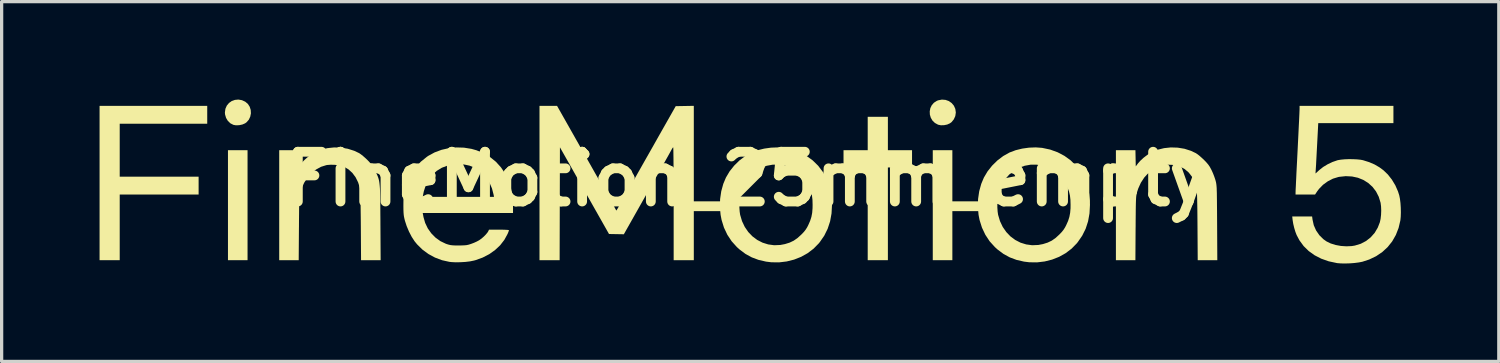
<source format=kicad_pcb>
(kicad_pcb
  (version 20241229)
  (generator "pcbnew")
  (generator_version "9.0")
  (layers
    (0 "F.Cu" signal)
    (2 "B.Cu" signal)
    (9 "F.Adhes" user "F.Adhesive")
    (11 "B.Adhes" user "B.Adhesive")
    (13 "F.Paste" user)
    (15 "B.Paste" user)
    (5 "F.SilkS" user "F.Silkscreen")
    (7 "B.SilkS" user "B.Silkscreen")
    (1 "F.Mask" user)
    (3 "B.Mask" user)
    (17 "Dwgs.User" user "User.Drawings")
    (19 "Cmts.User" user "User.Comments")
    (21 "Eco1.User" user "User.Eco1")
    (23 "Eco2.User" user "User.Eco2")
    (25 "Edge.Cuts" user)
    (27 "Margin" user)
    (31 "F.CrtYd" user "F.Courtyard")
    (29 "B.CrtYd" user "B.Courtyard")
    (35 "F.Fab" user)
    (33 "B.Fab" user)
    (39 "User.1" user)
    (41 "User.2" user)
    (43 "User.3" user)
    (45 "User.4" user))
  (footprint "FineMotion_25mm_empty"
    (layer "F.Cu")
    (at 19.826 2.433)
    (property "Reference" "FineMotion_25mm_empty" (at 0 0 0) (layer "F.SilkS") (effects (font (size 1.524 1.524) (thickness 0.3))))
    (attr board_only exclude_from_pos_files exclude_from_bom)
    (fp_poly (pts (xy -15.293 2.487) (xy -15.893 2.487) (xy -15.893 -0.882) (xy -15.293 -0.882)) (stroke (width 0) (type solid)) (fill yes) (layer "F.SilkS"))
    (fp_poly (pts (xy 6.297 2.487) (xy 5.697 2.487) (xy 5.697 -0.882) (xy 6.297 -0.882)) (stroke (width 0) (type solid)) (fill yes) (layer "F.SilkS"))
    (fp_poly (pts (xy -16.528 -1.693) (xy -19.209 -1.693) (xy -19.209 -0.071) (xy -16.792 -0.071) (xy -16.792 0.476) (xy -19.209 0.476) (xy -19.209 2.487) (xy -19.826 2.487) (xy -19.826 -2.24) (xy -16.528 -2.24)) (stroke (width 0) (type solid)) (fill yes) (layer "F.SilkS"))
    (fp_poly (pts (xy 4.322 -0.882) (xy 5.062 -0.882) (xy 5.062 -0.353) (xy 4.322 -0.353) (xy 4.322 2.487) (xy 3.704 2.487) (xy 3.704 -0.353) (xy 2.963 -0.353) (xy 2.963 -0.882) (xy 3.704 -0.882) (xy 3.704 -1.905) (xy 4.322 -1.905)) (stroke (width 0) (type solid)) (fill yes) (layer "F.SilkS"))
    (fp_poly (pts (xy -15.464 -2.414) (xy -15.364 -2.368) (xy -15.283 -2.3) (xy -15.227 -2.213) (xy -15.196 -2.115) (xy -15.19 -2.012) (xy -15.21 -1.91) (xy -15.254 -1.816) (xy -15.324 -1.737) (xy -15.368 -1.705) (xy -15.451 -1.669) (xy -15.551 -1.648) (xy -15.651 -1.645) (xy -15.725 -1.658) (xy -15.818 -1.705) (xy -15.895 -1.778) (xy -15.951 -1.871) (xy -15.982 -1.977) (xy -15.987 -2.037) (xy -15.971 -2.151) (xy -15.928 -2.249) (xy -15.861 -2.329) (xy -15.777 -2.388) (xy -15.679 -2.423) (xy -15.573 -2.433)) (stroke (width 0) (type solid)) (fill yes) (layer "F.SilkS"))
    (fp_poly (pts (xy 6.088 -2.423) (xy 6.189 -2.387) (xy 6.276 -2.326) (xy 6.344 -2.245) (xy 6.388 -2.146) (xy 6.403 -2.037) (xy 6.387 -1.927) (xy 6.341 -1.826) (xy 6.272 -1.742) (xy 6.222 -1.705) (xy 6.139 -1.668) (xy 6.041 -1.648) (xy 5.943 -1.646) (xy 5.86 -1.663) (xy 5.762 -1.717) (xy 5.687 -1.79) (xy 5.636 -1.878) (xy 5.608 -1.974) (xy 5.604 -2.073) (xy 5.623 -2.171) (xy 5.666 -2.26) (xy 5.732 -2.336) (xy 5.822 -2.394) (xy 5.862 -2.41) (xy 5.977 -2.432)) (stroke (width 0) (type solid)) (fill yes) (layer "F.SilkS"))
    (fp_poly (pts (xy -1.623 2.487) (xy -2.24 2.487) (xy -2.24 0.758) (xy -2.24 0.515) (xy -2.241 0.281) (xy -2.241 0.061) (xy -2.242 -0.145) (xy -2.243 -0.334) (xy -2.245 -0.502) (xy -2.246 -0.649) (xy -2.248 -0.771) (xy -2.249 -0.866) (xy -2.251 -0.932) (xy -2.253 -0.966) (xy -2.254 -0.97) (xy -2.27 -0.956) (xy -2.293 -0.92) (xy -2.303 -0.902) (xy -2.317 -0.876) (xy -2.347 -0.822) (xy -2.391 -0.742) (xy -2.449 -0.639) (xy -2.519 -0.514) (xy -2.599 -0.372) (xy -2.688 -0.213) (xy -2.786 -0.04) (xy -2.889 0.143) (xy -2.998 0.336) (xy -3.052 0.43) (xy -3.766 1.693) (xy -3.994 1.689) (xy -4.221 1.685) (xy -5.724 -0.971) (xy -5.733 2.487) (xy -6.35 2.487) (xy -6.35 -2.24) (xy -5.812 -2.24) (xy -5.38 -1.477) (xy -5.192 -1.145) (xy -5.021 -0.842) (xy -4.865 -0.567) (xy -4.725 -0.319) (xy -4.6 -0.098) (xy -4.488 0.099) (xy -4.39 0.272) (xy -4.305 0.423) (xy -4.231 0.552) (xy -4.169 0.662) (xy -4.118 0.752) (xy -4.076 0.825) (xy -4.044 0.882) (xy -4.021 0.923) (xy -4.005 0.95) (xy -3.997 0.964) (xy -3.995 0.967) (xy -3.986 0.953) (xy -3.961 0.912) (xy -3.922 0.846) (xy -3.872 0.758) (xy -3.811 0.653) (xy -3.742 0.532) (xy -3.667 0.399) (xy -3.618 0.314) (xy -3.537 0.17) (xy -3.441 0.001) (xy -3.335 -0.187) (xy -3.221 -0.389) (xy -3.102 -0.599) (xy -2.982 -0.81) (xy -2.864 -1.018) (xy -2.752 -1.217) (xy -2.712 -1.288) (xy -2.177 -2.231) (xy -1.9 -2.236) (xy -1.623 -2.241)) (stroke (width 0) (type solid)) (fill yes) (layer "F.SilkS"))
    (fp_poly (pts (xy -12.429 -0.96) (xy -12.222 -0.926) (xy -12.024 -0.863) (xy -11.874 -0.792) (xy -11.82 -0.755) (xy -11.752 -0.701) (xy -11.679 -0.637) (xy -11.623 -0.584) (xy -11.549 -0.506) (xy -11.493 -0.439) (xy -11.448 -0.372) (xy -11.405 -0.293) (xy -11.39 -0.265) (xy -11.36 -0.203) (xy -11.334 -0.148) (xy -11.311 -0.097) (xy -11.292 -0.047) (xy -11.276 0.005) (xy -11.263 0.061) (xy -11.253 0.126) (xy -11.245 0.202) (xy -11.238 0.291) (xy -11.234 0.397) (xy -11.23 0.523) (xy -11.228 0.672) (xy -11.226 0.846) (xy -11.225 1.05) (xy -11.223 1.285) (xy -11.223 1.336) (xy -11.216 2.487) (xy -11.816 2.487) (xy -11.823 1.424) (xy -11.825 1.185) (xy -11.828 0.97) (xy -11.83 0.781) (xy -11.834 0.62) (xy -11.837 0.488) (xy -11.841 0.386) (xy -11.845 0.317) (xy -11.849 0.282) (xy -11.906 0.103) (xy -11.984 -0.054) (xy -12.083 -0.187) (xy -12.199 -0.293) (xy -12.331 -0.37) (xy -12.405 -0.398) (xy -12.507 -0.421) (xy -12.626 -0.434) (xy -12.746 -0.437) (xy -12.853 -0.429) (xy -12.881 -0.424) (xy -13.043 -0.373) (xy -13.194 -0.29) (xy -13.332 -0.18) (xy -13.455 -0.044) (xy -13.558 0.114) (xy -13.638 0.291) (xy -13.674 0.401) (xy -13.682 0.432) (xy -13.689 0.462) (xy -13.695 0.496) (xy -13.7 0.536) (xy -13.704 0.585) (xy -13.707 0.647) (xy -13.71 0.724) (xy -13.712 0.82) (xy -13.714 0.938) (xy -13.715 1.081) (xy -13.717 1.252) (xy -13.718 1.454) (xy -13.719 1.513) (xy -13.726 2.487) (xy -14.323 2.487) (xy -14.323 -0.882) (xy -13.724 -0.882) (xy -13.719 -0.634) (xy -13.714 -0.386) (xy -13.648 -0.475) (xy -13.572 -0.561) (xy -13.474 -0.651) (xy -13.364 -0.736) (xy -13.252 -0.806) (xy -13.231 -0.818) (xy -13.047 -0.896) (xy -12.847 -0.945) (xy -12.639 -0.967)) (stroke (width 0) (type solid)) (fill yes) (layer "F.SilkS"))
    (fp_poly (pts (xy 13.201 -0.96) (xy 13.408 -0.926) (xy 13.605 -0.863) (xy 13.755 -0.792) (xy 13.809 -0.756) (xy 13.877 -0.702) (xy 13.95 -0.637) (xy 14.008 -0.582) (xy 14.082 -0.505) (xy 14.137 -0.44) (xy 14.181 -0.376) (xy 14.222 -0.301) (xy 14.241 -0.263) (xy 14.282 -0.172) (xy 14.321 -0.071) (xy 14.352 0.022) (xy 14.361 0.053) (xy 14.369 0.084) (xy 14.376 0.114) (xy 14.381 0.146) (xy 14.386 0.183) (xy 14.39 0.227) (xy 14.394 0.283) (xy 14.396 0.351) (xy 14.399 0.436) (xy 14.4 0.54) (xy 14.402 0.667) (xy 14.403 0.818) (xy 14.405 0.997) (xy 14.406 1.207) (xy 14.407 1.345) (xy 14.413 2.487) (xy 13.813 2.487) (xy 13.806 1.424) (xy 13.804 1.185) (xy 13.802 0.97) (xy 13.799 0.781) (xy 13.796 0.62) (xy 13.792 0.488) (xy 13.788 0.386) (xy 13.784 0.317) (xy 13.78 0.282) (xy 13.721 0.096) (xy 13.641 -0.064) (xy 13.538 -0.197) (xy 13.415 -0.303) (xy 13.271 -0.38) (xy 13.249 -0.389) (xy 13.15 -0.416) (xy 13.032 -0.433) (xy 12.909 -0.438) (xy 12.795 -0.432) (xy 12.748 -0.424) (xy 12.587 -0.373) (xy 12.435 -0.29) (xy 12.297 -0.179) (xy 12.174 -0.043) (xy 12.071 0.115) (xy 11.991 0.292) (xy 11.955 0.401) (xy 11.947 0.432) (xy 11.94 0.462) (xy 11.934 0.496) (xy 11.929 0.536) (xy 11.925 0.585) (xy 11.922 0.647) (xy 11.919 0.724) (xy 11.917 0.82) (xy 11.915 0.938) (xy 11.914 1.081) (xy 11.912 1.252) (xy 11.911 1.454) (xy 11.91 1.513) (xy 11.904 2.487) (xy 11.307 2.487) (xy 11.307 -0.882) (xy 11.905 -0.882) (xy 11.91 -0.634) (xy 11.915 -0.386) (xy 11.981 -0.475) (xy 12.057 -0.561) (xy 12.155 -0.651) (xy 12.266 -0.736) (xy 12.377 -0.806) (xy 12.398 -0.818) (xy 12.583 -0.896) (xy 12.782 -0.945) (xy 12.99 -0.967)) (stroke (width 0) (type solid)) (fill yes) (layer "F.SilkS"))
    (fp_poly (pts (xy 1.142 -0.954) (xy 1.147 -0.953) (xy 1.391 -0.901) (xy 1.619 -0.819) (xy 1.828 -0.708) (xy 2.017 -0.571) (xy 2.184 -0.408) (xy 2.327 -0.221) (xy 2.443 -0.011) (xy 2.49 0.097) (xy 2.548 0.275) (xy 2.587 0.456) (xy 2.606 0.65) (xy 2.61 0.794) (xy 2.596 1.055) (xy 2.552 1.298) (xy 2.477 1.525) (xy 2.373 1.736) (xy 2.237 1.933) (xy 2.204 1.973) (xy 2.046 2.134) (xy 1.865 2.272) (xy 1.665 2.384) (xy 1.45 2.469) (xy 1.223 2.526) (xy 0.989 2.554) (xy 0.751 2.551) (xy 0.59 2.531) (xy 0.36 2.478) (xy 0.152 2.4) (xy -0.039 2.296) (xy -0.217 2.163) (xy -0.304 2.085) (xy -0.464 1.907) (xy -0.596 1.708) (xy -0.699 1.49) (xy -0.772 1.255) (xy -0.803 1.094) (xy -0.825 0.853) (xy -0.821 0.735) (xy -0.227 0.735) (xy -0.227 0.871) (xy -0.218 1) (xy -0.204 1.096) (xy -0.146 1.291) (xy -0.062 1.468) (xy 0.045 1.624) (xy 0.174 1.758) (xy 0.32 1.867) (xy 0.482 1.95) (xy 0.655 2.004) (xy 0.838 2.029) (xy 1.027 2.021) (xy 1.168 1.994) (xy 1.313 1.949) (xy 1.438 1.889) (xy 1.554 1.808) (xy 1.669 1.704) (xy 1.745 1.625) (xy 1.801 1.555) (xy 1.847 1.483) (xy 1.884 1.411) (xy 1.94 1.283) (xy 1.979 1.162) (xy 2.003 1.038) (xy 2.014 0.899) (xy 2.016 0.794) (xy 2.012 0.638) (xy 1.996 0.506) (xy 1.968 0.384) (xy 1.923 0.262) (xy 1.884 0.176) (xy 1.841 0.095) (xy 1.796 0.026) (xy 1.739 -0.043) (xy 1.669 -0.115) (xy 1.548 -0.224) (xy 1.43 -0.305) (xy 1.303 -0.365) (xy 1.171 -0.406) (xy 0.978 -0.439) (xy 0.79 -0.438) (xy 0.609 -0.405) (xy 0.438 -0.343) (xy 0.28 -0.253) (xy 0.138 -0.137) (xy 0.015 0.003) (xy -0.086 0.165) (xy -0.163 0.348) (xy -0.203 0.494) (xy -0.219 0.605) (xy -0.227 0.735) (xy -0.821 0.735) (xy -0.817 0.611) (xy -0.782 0.374) (xy -0.72 0.149) (xy -0.639 -0.044) (xy -0.527 -0.233) (xy -0.387 -0.409) (xy -0.225 -0.568) (xy -0.047 -0.703) (xy 0.142 -0.809) (xy 0.156 -0.815) (xy 0.335 -0.882) (xy 0.534 -0.931) (xy 0.743 -0.96) (xy 0.949 -0.968)) (stroke (width 0) (type solid)) (fill yes) (layer "F.SilkS"))
    (fp_poly (pts (xy 9.044 -0.954) (xy 9.05 -0.953) (xy 9.294 -0.901) (xy 9.521 -0.819) (xy 9.731 -0.708) (xy 9.92 -0.571) (xy 10.086 -0.408) (xy 10.229 -0.221) (xy 10.345 -0.011) (xy 10.392 0.097) (xy 10.451 0.275) (xy 10.489 0.456) (xy 10.509 0.65) (xy 10.512 0.794) (xy 10.498 1.055) (xy 10.454 1.298) (xy 10.38 1.525) (xy 10.275 1.736) (xy 10.139 1.933) (xy 10.107 1.973) (xy 9.949 2.134) (xy 9.768 2.272) (xy 9.568 2.384) (xy 9.352 2.469) (xy 9.125 2.526) (xy 8.891 2.554) (xy 8.653 2.551) (xy 8.492 2.531) (xy 8.262 2.478) (xy 8.054 2.4) (xy 7.864 2.296) (xy 7.685 2.163) (xy 7.599 2.085) (xy 7.438 1.907) (xy 7.307 1.708) (xy 7.204 1.49) (xy 7.13 1.255) (xy 7.099 1.094) (xy 7.078 0.853) (xy 7.081 0.735) (xy 7.675 0.735) (xy 7.675 0.871) (xy 7.684 1) (xy 7.698 1.096) (xy 7.756 1.291) (xy 7.84 1.468) (xy 7.948 1.624) (xy 8.076 1.758) (xy 8.223 1.867) (xy 8.384 1.95) (xy 8.558 2.004) (xy 8.74 2.029) (xy 8.93 2.021) (xy 9.071 1.994) (xy 9.215 1.949) (xy 9.341 1.889) (xy 9.457 1.808) (xy 9.571 1.704) (xy 9.647 1.625) (xy 9.703 1.555) (xy 9.749 1.483) (xy 9.786 1.411) (xy 9.843 1.283) (xy 9.881 1.162) (xy 9.905 1.038) (xy 9.917 0.899) (xy 9.918 0.794) (xy 9.914 0.638) (xy 9.899 0.506) (xy 9.87 0.384) (xy 9.825 0.262) (xy 9.786 0.176) (xy 9.744 0.095) (xy 9.698 0.026) (xy 9.641 -0.043) (xy 9.571 -0.115) (xy 9.45 -0.224) (xy 9.332 -0.305) (xy 9.206 -0.365) (xy 9.074 -0.406) (xy 8.88 -0.439) (xy 8.692 -0.438) (xy 8.511 -0.405) (xy 8.34 -0.343) (xy 8.182 -0.253) (xy 8.041 -0.137) (xy 7.917 0.003) (xy 7.816 0.165) (xy 7.739 0.348) (xy 7.699 0.494) (xy 7.683 0.605) (xy 7.675 0.735) (xy 7.081 0.735) (xy 7.085 0.611) (xy 7.12 0.374) (xy 7.182 0.149) (xy 7.263 -0.044) (xy 7.375 -0.233) (xy 7.515 -0.409) (xy 7.677 -0.568) (xy 7.855 -0.703) (xy 8.044 -0.809) (xy 8.058 -0.815) (xy 8.237 -0.882) (xy 8.437 -0.931) (xy 8.645 -0.96) (xy 8.851 -0.968)) (stroke (width 0) (type solid)) (fill yes) (layer "F.SilkS"))
    (fp_poly (pts (xy -8.664 -0.96) (xy -8.434 -0.923) (xy -8.281 -0.88) (xy -8.061 -0.789) (xy -7.862 -0.67) (xy -7.685 -0.527) (xy -7.532 -0.359) (xy -7.404 -0.169) (xy -7.302 0.041) (xy -7.226 0.269) (xy -7.179 0.515) (xy -7.162 0.776) (xy -7.161 0.801) (xy -7.161 1.041) (xy -9.927 1.041) (xy -9.903 1.169) (xy -9.852 1.346) (xy -9.772 1.513) (xy -9.665 1.664) (xy -9.535 1.796) (xy -9.387 1.903) (xy -9.223 1.982) (xy -9.187 1.995) (xy -9.127 2.013) (xy -9.072 2.025) (xy -9.011 2.032) (xy -8.936 2.036) (xy -8.837 2.036) (xy -8.819 2.036) (xy -8.717 2.035) (xy -8.641 2.031) (xy -8.58 2.025) (xy -8.525 2.013) (xy -8.467 1.995) (xy -8.44 1.986) (xy -8.358 1.955) (xy -8.274 1.917) (xy -8.205 1.88) (xy -8.201 1.878) (xy -8.13 1.828) (xy -8.057 1.765) (xy -7.991 1.698) (xy -7.94 1.635) (xy -7.917 1.597) (xy -7.897 1.552) (xy -7.591 1.552) (xy -7.477 1.553) (xy -7.387 1.556) (xy -7.323 1.56) (xy -7.289 1.566) (xy -7.285 1.569) (xy -7.292 1.594) (xy -7.309 1.639) (xy -7.328 1.684) (xy -7.427 1.865) (xy -7.555 2.03) (xy -7.711 2.176) (xy -7.89 2.303) (xy -8.091 2.407) (xy -8.31 2.486) (xy -8.359 2.499) (xy -8.476 2.523) (xy -8.616 2.54) (xy -8.766 2.549) (xy -8.914 2.552) (xy -9.048 2.545) (xy -9.11 2.538) (xy -9.335 2.488) (xy -9.551 2.407) (xy -9.754 2.297) (xy -9.938 2.161) (xy -10.1 2.001) (xy -10.176 1.908) (xy -10.265 1.771) (xy -10.348 1.611) (xy -10.419 1.442) (xy -10.472 1.279) (xy -10.489 1.21) (xy -10.502 1.149) (xy -10.51 1.089) (xy -10.515 1.021) (xy -10.518 0.937) (xy -10.519 0.828) (xy -10.519 0.794) (xy -10.518 0.677) (xy -10.516 0.587) (xy -10.514 0.547) (xy -9.927 0.547) (xy -7.744 0.547) (xy -7.754 0.489) (xy -7.805 0.291) (xy -7.882 0.11) (xy -7.986 -0.052) (xy -8.113 -0.19) (xy -8.229 -0.28) (xy -8.361 -0.357) (xy -8.496 -0.41) (xy -8.644 -0.441) (xy -8.775 -0.453) (xy -8.979 -0.448) (xy -9.168 -0.41) (xy -9.342 -0.344) (xy -9.497 -0.249) (xy -9.632 -0.128) (xy -9.745 0.018) (xy -9.832 0.187) (xy -9.893 0.377) (xy -9.904 0.428) (xy -9.927 0.547) (xy -10.514 0.547) (xy -10.512 0.515) (xy -10.504 0.454) (xy -10.493 0.394) (xy -10.477 0.328) (xy -10.472 0.309) (xy -10.39 0.066) (xy -10.282 -0.155) (xy -10.147 -0.354) (xy -9.986 -0.529) (xy -9.799 -0.68) (xy -9.758 -0.708) (xy -9.564 -0.814) (xy -9.352 -0.893) (xy -9.128 -0.944) (xy -8.897 -0.967)) (stroke (width 0) (type solid)) (fill yes) (layer "F.SilkS"))
    (fp_poly (pts (xy 19.808 -1.711) (xy 17.505 -1.711) (xy 17.474 -1.116) (xy 17.466 -0.965) (xy 17.458 -0.817) (xy 17.451 -0.678) (xy 17.444 -0.554) (xy 17.439 -0.45) (xy 17.434 -0.372) (xy 17.432 -0.344) (xy 17.421 -0.168) (xy 17.541 -0.277) (xy 17.656 -0.368) (xy 17.795 -0.452) (xy 17.944 -0.522) (xy 18.089 -0.572) (xy 18.106 -0.577) (xy 18.197 -0.592) (xy 18.311 -0.603) (xy 18.438 -0.608) (xy 18.569 -0.607) (xy 18.693 -0.601) (xy 18.801 -0.59) (xy 18.874 -0.576) (xy 19.065 -0.516) (xy 19.23 -0.445) (xy 19.379 -0.358) (xy 19.499 -0.27) (xy 19.636 -0.139) (xy 19.76 0.018) (xy 19.866 0.194) (xy 19.948 0.381) (xy 19.987 0.503) (xy 20.008 0.609) (xy 20.024 0.738) (xy 20.033 0.88) (xy 20.036 1.023) (xy 20.032 1.156) (xy 20.021 1.266) (xy 19.966 1.5) (xy 19.882 1.715) (xy 19.77 1.911) (xy 19.631 2.086) (xy 19.467 2.237) (xy 19.278 2.365) (xy 19.067 2.466) (xy 18.856 2.535) (xy 18.748 2.556) (xy 18.617 2.573) (xy 18.475 2.584) (xy 18.331 2.588) (xy 18.197 2.586) (xy 18.085 2.577) (xy 18.071 2.574) (xy 17.824 2.521) (xy 17.597 2.441) (xy 17.393 2.336) (xy 17.213 2.207) (xy 17.058 2.055) (xy 16.929 1.879) (xy 16.843 1.717) (xy 16.805 1.619) (xy 16.769 1.499) (xy 16.739 1.374) (xy 16.72 1.257) (xy 16.717 1.23) (xy 16.708 1.147) (xy 17.317 1.147) (xy 17.33 1.245) (xy 17.368 1.417) (xy 17.439 1.577) (xy 17.538 1.721) (xy 17.662 1.844) (xy 17.758 1.912) (xy 17.885 1.974) (xy 18.035 2.021) (xy 18.199 2.051) (xy 18.367 2.062) (xy 18.531 2.055) (xy 18.627 2.039) (xy 18.808 1.984) (xy 18.97 1.899) (xy 19.113 1.786) (xy 19.234 1.649) (xy 19.329 1.488) (xy 19.393 1.323) (xy 19.415 1.221) (xy 19.429 1.097) (xy 19.434 0.966) (xy 19.429 0.839) (xy 19.415 0.731) (xy 19.414 0.726) (xy 19.358 0.544) (xy 19.275 0.382) (xy 19.167 0.241) (xy 19.037 0.123) (xy 18.887 0.029) (xy 18.721 -0.038) (xy 18.54 -0.077) (xy 18.348 -0.087) (xy 18.148 -0.066) (xy 18.119 -0.06) (xy 17.955 -0.01) (xy 17.798 0.071) (xy 17.653 0.176) (xy 17.53 0.302) (xy 17.472 0.379) (xy 17.408 0.476) (xy 16.81 0.476) (xy 16.81 0.41) (xy 16.811 0.382) (xy 16.813 0.321) (xy 16.818 0.231) (xy 16.823 0.115) (xy 16.83 -0.024) (xy 16.837 -0.182) (xy 16.846 -0.358) (xy 16.856 -0.548) (xy 16.866 -0.748) (xy 16.872 -0.864) (xy 16.882 -1.07) (xy 16.892 -1.267) (xy 16.901 -1.452) (xy 16.909 -1.622) (xy 16.917 -1.775) (xy 16.923 -1.906) (xy 16.928 -2.014) (xy 16.931 -2.094) (xy 16.933 -2.143) (xy 16.933 -2.156) (xy 16.933 -2.24) (xy 19.808 -2.24)) (stroke (width 0) (type solid)) (fill yes) (layer "F.SilkS")))
  (gr_rect
    (start -3 -3)
    (end 42.862 8.021)
    (stroke (width 0.1) (type default))
    (fill no)
    (layer "Edge.Cuts")))
</source>
